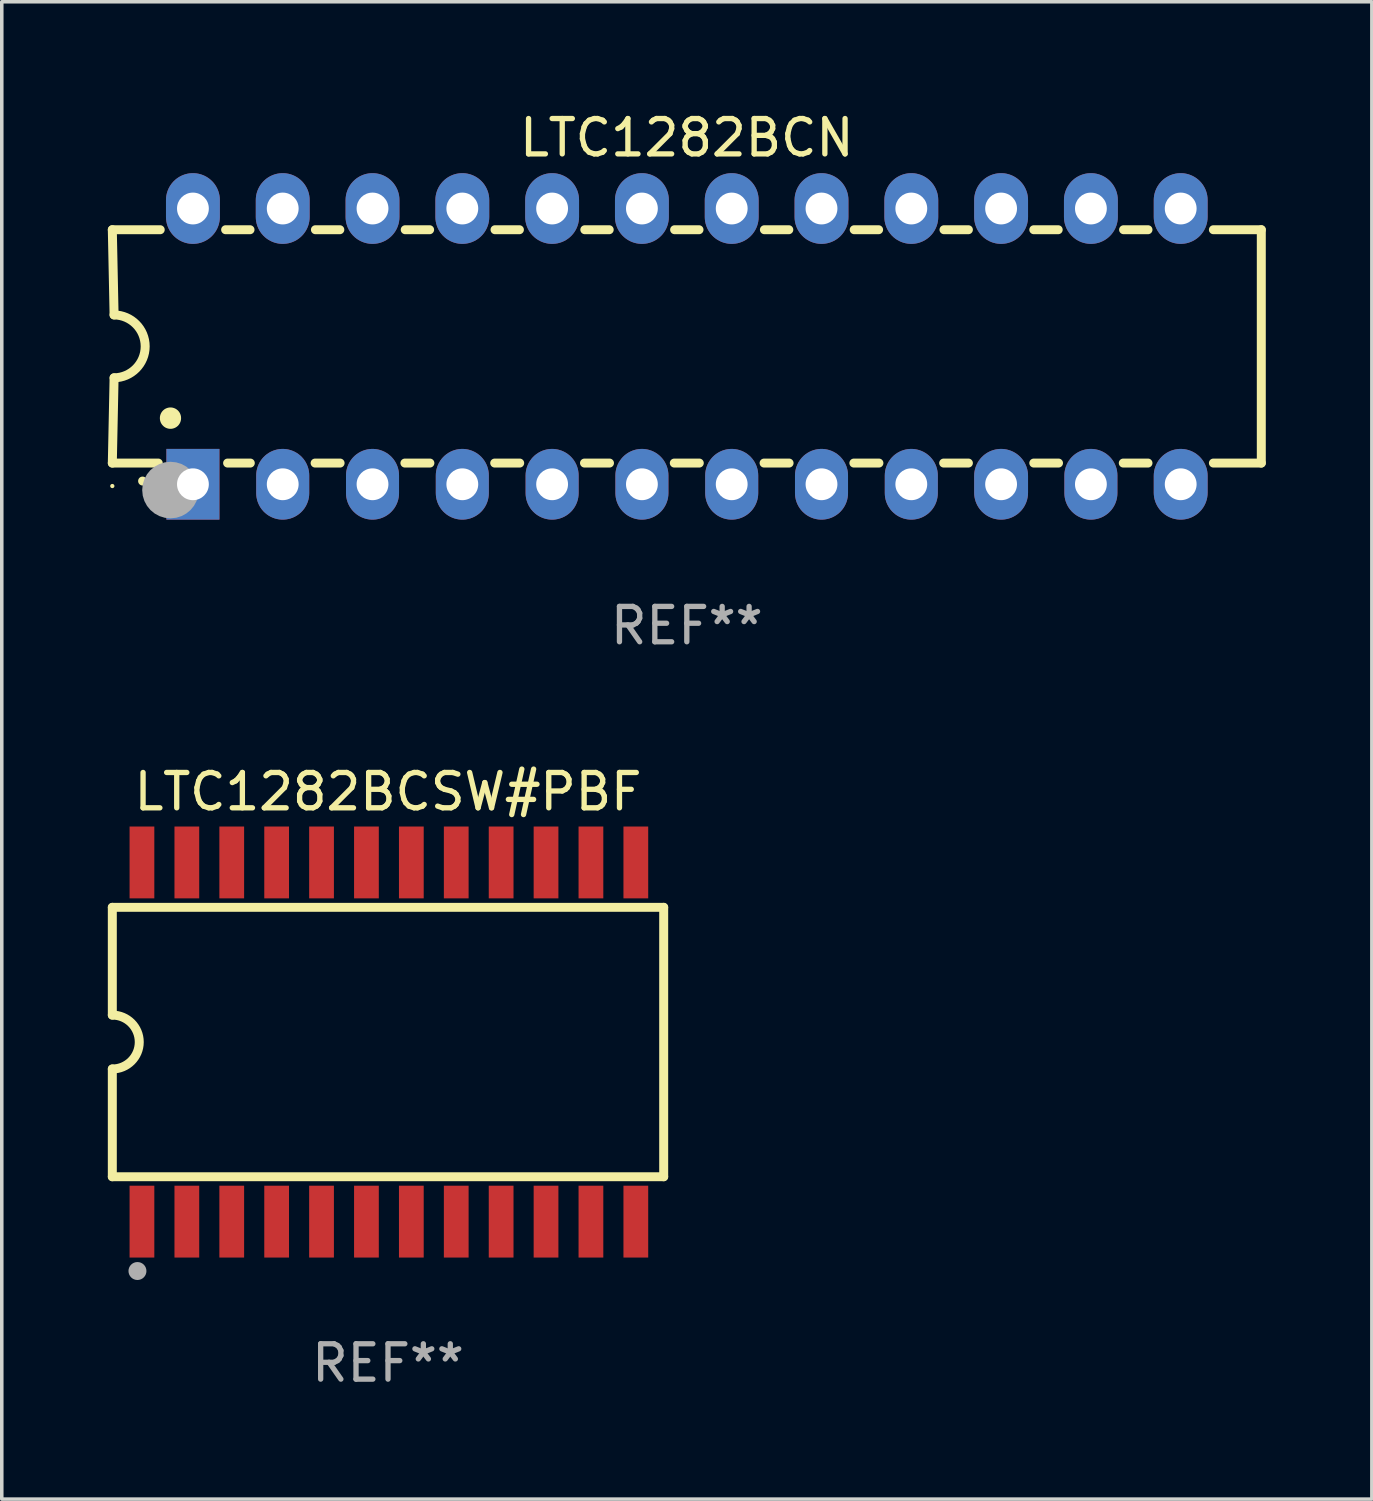
<source format=kicad_pcb>
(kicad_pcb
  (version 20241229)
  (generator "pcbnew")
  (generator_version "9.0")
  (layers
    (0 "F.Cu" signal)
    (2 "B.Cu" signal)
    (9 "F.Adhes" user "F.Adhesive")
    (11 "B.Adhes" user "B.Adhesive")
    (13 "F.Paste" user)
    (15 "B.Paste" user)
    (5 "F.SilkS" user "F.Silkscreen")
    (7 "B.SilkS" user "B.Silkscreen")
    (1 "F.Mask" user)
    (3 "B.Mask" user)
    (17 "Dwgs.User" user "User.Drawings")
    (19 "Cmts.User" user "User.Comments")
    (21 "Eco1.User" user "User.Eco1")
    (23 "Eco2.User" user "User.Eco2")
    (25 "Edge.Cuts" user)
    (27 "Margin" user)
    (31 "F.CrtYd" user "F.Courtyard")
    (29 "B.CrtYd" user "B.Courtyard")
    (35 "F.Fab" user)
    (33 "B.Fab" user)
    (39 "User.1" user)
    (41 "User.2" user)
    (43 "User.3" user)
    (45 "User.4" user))
  (footprint "LTC1282BCN"
    (layer "F.Cu")
    (at 16.377 6.748)
    (property "Reference" "LTC1282BCN" (at 0 -5.9 0) (layer "F.SilkS") (effects (font (size 1 1) (thickness 0.15))))
    (attr through_hole)
    (fp_line (start -16.25 -3.3) (end -16.2 -0.889) (stroke (width 0.254) (type solid)) (layer "F.SilkS"))
    (fp_line (start -16.25 -3.3) (end -14.895 -3.3) (stroke (width 0.254) (type solid)) (layer "F.SilkS"))
    (fp_line (start -16.25 3.3) (end -16.2 0.889) (stroke (width 0.254) (type solid)) (layer "F.SilkS"))
    (fp_line (start -16.25 3.3) (end -14.951 3.3) (stroke (width 0.254) (type solid)) (layer "F.SilkS"))
    (fp_line (start -13.045 -3.3) (end -12.355 -3.3) (stroke (width 0.254) (type solid)) (layer "F.SilkS"))
    (fp_line (start -12.989 3.3) (end -12.347 3.3) (stroke (width 0.254) (type solid)) (layer "F.SilkS"))
    (fp_line (start -10.514 3.3) (end -9.807 3.3) (stroke (width 0.254) (type solid)) (layer "F.SilkS"))
    (fp_line (start -10.505 -3.3) (end -9.815 -3.3) (stroke (width 0.254) (type solid)) (layer "F.SilkS"))
    (fp_line (start -7.974 3.3) (end -7.267 3.3) (stroke (width 0.254) (type solid)) (layer "F.SilkS"))
    (fp_line (start -7.965 -3.3) (end -7.275 -3.3) (stroke (width 0.254) (type solid)) (layer "F.SilkS"))
    (fp_line (start -5.434 3.3) (end -4.727 3.3) (stroke (width 0.254) (type solid)) (layer "F.SilkS"))
    (fp_line (start -5.425 -3.3) (end -4.735 -3.3) (stroke (width 0.254) (type solid)) (layer "F.SilkS"))
    (fp_line (start -2.894 3.3) (end -2.187 3.3) (stroke (width 0.254) (type solid)) (layer "F.SilkS"))
    (fp_line (start -2.885 -3.3) (end -2.195 -3.3) (stroke (width 0.254) (type solid)) (layer "F.SilkS"))
    (fp_line (start -0.354 3.3) (end 0.353 3.3) (stroke (width 0.254) (type solid)) (layer "F.SilkS"))
    (fp_line (start -0.345 -3.3) (end 0.345 -3.3) (stroke (width 0.254) (type solid)) (layer "F.SilkS"))
    (fp_line (start 2.186 3.3) (end 2.893 3.3) (stroke (width 0.254) (type solid)) (layer "F.SilkS"))
    (fp_line (start 2.195 -3.3) (end 2.885 -3.3) (stroke (width 0.254) (type solid)) (layer "F.SilkS"))
    (fp_line (start 4.726 3.3) (end 5.434 3.3) (stroke (width 0.254) (type solid)) (layer "F.SilkS"))
    (fp_line (start 4.735 -3.3) (end 5.425 -3.3) (stroke (width 0.254) (type solid)) (layer "F.SilkS"))
    (fp_line (start 7.266 3.3) (end 7.965 3.3) (stroke (width 0.254) (type solid)) (layer "F.SilkS"))
    (fp_line (start 7.275 -3.3) (end 7.965 -3.3) (stroke (width 0.254) (type solid)) (layer "F.SilkS"))
    (fp_line (start 9.815 -3.3) (end 10.505 -3.3) (stroke (width 0.254) (type solid)) (layer "F.SilkS"))
    (fp_line (start 9.815 3.3) (end 10.514 3.3) (stroke (width 0.254) (type solid)) (layer "F.SilkS"))
    (fp_line (start 12.346 3.3) (end 13.045 3.3) (stroke (width 0.254) (type solid)) (layer "F.SilkS"))
    (fp_line (start 12.355 -3.3) (end 13.045 -3.3) (stroke (width 0.254) (type solid)) (layer "F.SilkS"))
    (fp_line (start 16.25 -3.3) (end 14.895 -3.3) (stroke (width 0.254) (type solid)) (layer "F.SilkS"))
    (fp_line (start 16.25 -3.3) (end 16.25 3.3) (stroke (width 0.254) (type solid)) (layer "F.SilkS"))
    (fp_line (start 16.25 3.3) (end 14.895 3.3) (stroke (width 0.254) (type solid)) (layer "F.SilkS"))
    (fp_arc (start -16.201016 -0.890146) (mid -15.311429 -0.001055) (end -16.200025 0.889027) (stroke (width 0.254001) (type solid)) (layer "F.SilkS"))
    (fp_arc (start -15.394971 3.810033) (mid -15.394978 3.808763) (end -15.394971 3.807493) (stroke (width 0.25) (type solid)) (layer "F.SilkS"))
    (fp_arc (start -14.605029 2.032029) (mid -14.60504 2.029489) (end -14.605029 2.026949) (stroke (width 0.6) (type solid)) (layer "F.SilkS"))
    (fp_circle (center -16.25 3.95) (end -16.22 3.95) (stroke (width 0.06) (type solid)) (fill no) (layer "F.SilkS"))
    (fp_circle (center -14.605 4.064) (end -14.205 4.064) (stroke (width 0.8) (type solid)) (fill no) (layer "F.Fab"))
    (fp_text user "REF**" (at 0 7.9 0) (layer "F.Fab") (effects (font (size 1 1) (thickness 0.15))))
    (pad "1" thru_hole rect (at -13.97 3.9 90) (size 2 1.5) (drill 0.9) (layers "*.Cu" "*.Mask"))
    (pad "2" thru_hole oval (at -11.43 3.9 90) (size 2 1.5) (drill 0.9) (layers "*.Cu" "*.Mask"))
    (pad "3" thru_hole oval (at -8.89 3.9 90) (size 2 1.5) (drill 0.9) (layers "*.Cu" "*.Mask"))
    (pad "4" thru_hole oval (at -6.35 3.9 90) (size 2 1.5) (drill 0.9) (layers "*.Cu" "*.Mask"))
    (pad "5" thru_hole oval (at -3.81 3.9 90) (size 2 1.5) (drill 0.9) (layers "*.Cu" "*.Mask"))
    (pad "6" thru_hole oval (at -1.27 3.9 90) (size 2 1.5) (drill 0.9) (layers "*.Cu" "*.Mask"))
    (pad "7" thru_hole oval (at 1.27 3.9 90) (size 2 1.5) (drill 0.9) (layers "*.Cu" "*.Mask"))
    (pad "8" thru_hole oval (at 3.81 3.9 90) (size 2 1.5) (drill 0.9) (layers "*.Cu" "*.Mask"))
    (pad "9" thru_hole oval (at 6.35 3.9 90) (size 2 1.5) (drill 0.9) (layers "*.Cu" "*.Mask"))
    (pad "10" thru_hole oval (at 8.89 3.9 90) (size 2 1.524) (drill 0.9) (layers "*.Cu" "*.Mask"))
    (pad "11" thru_hole oval (at 11.43 3.9 90) (size 2 1.5) (drill 0.9) (layers "*.Cu" "*.Mask"))
    (pad "12" thru_hole oval (at 13.97 3.9 90) (size 2 1.524) (drill 0.9) (layers "*.Cu" "*.Mask"))
    (pad "13" thru_hole oval (at 13.97 -3.9 90) (size 2 1.524) (drill 0.9) (layers "*.Cu" "*.Mask"))
    (pad "14" thru_hole oval (at 11.43 -3.9 90) (size 2 1.524) (drill 0.9) (layers "*.Cu" "*.Mask"))
    (pad "15" thru_hole oval (at 8.89 -3.9 90) (size 2 1.524) (drill 0.9) (layers "*.Cu" "*.Mask"))
    (pad "16" thru_hole oval (at 6.35 -3.9 90) (size 2 1.524) (drill 0.9) (layers "*.Cu" "*.Mask"))
    (pad "17" thru_hole oval (at 3.81 -3.9 90) (size 2 1.524) (drill 0.9) (layers "*.Cu" "*.Mask"))
    (pad "18" thru_hole oval (at 1.27 -3.9 90) (size 2 1.524) (drill 0.9) (layers "*.Cu" "*.Mask"))
    (pad "19" thru_hole oval (at -1.27 -3.9 90) (size 2 1.524) (drill 0.9) (layers "*.Cu" "*.Mask"))
    (pad "20" thru_hole oval (at -3.81 -3.9 90) (size 2 1.524) (drill 0.9) (layers "*.Cu" "*.Mask"))
    (pad "21" thru_hole oval (at -6.35 -3.9 90) (size 2 1.524) (drill 0.9) (layers "*.Cu" "*.Mask"))
    (pad "22" thru_hole oval (at -8.89 -3.9 90) (size 2 1.524) (drill 0.9) (layers "*.Cu" "*.Mask"))
    (pad "23" thru_hole oval (at -11.43 -3.9 90) (size 2 1.524) (drill 0.9) (layers "*.Cu" "*.Mask"))
    (pad "24" thru_hole oval (at -13.97 -3.9 90) (size 2 1.524) (drill 0.9) (layers "*.Cu" "*.Mask")))
  (footprint "LTC1282BCSW#PBF"
    (layer "F.Cu")
    (at 7.925 26.425)
    (property "Reference" "LTC1282BCSW#PBF" (at 0 -7.08 0) (layer "F.SilkS") (effects (font (size 1 1) (thickness 0.15))))
    (attr through_hole)
    (fp_line (start -7.798 -3.81) (end -7.798 -0.762) (stroke (width 0.254) (type solid)) (layer "F.SilkS"))
    (fp_line (start -7.798 3.81) (end -7.798 0.762) (stroke (width 0.254) (type solid)) (layer "F.SilkS"))
    (fp_line (start 7.798 -3.81) (end -7.798 -3.81) (stroke (width 0.254) (type solid)) (layer "F.SilkS"))
    (fp_line (start 7.798 3.81) (end -7.798 3.81) (stroke (width 0.254) (type solid)) (layer "F.SilkS"))
    (fp_line (start 7.798 3.81) (end 7.798 -3.81) (stroke (width 0.254) (type solid)) (layer "F.SilkS"))
    (fp_arc (start -7.797791 -0.762002) (mid -7.03579 -0.000001) (end -7.79779 0.762002) (stroke (width 0.254001) (type solid)) (layer "F.SilkS"))
    (fp_circle (center -7.825 3.75) (end -7.795 3.75) (stroke (width 0.06) (type solid)) (fill no) (layer "F.SilkS"))
    (fp_circle (center -7.087 6.477) (end -6.96 6.477) (stroke (width 0.254) (type solid)) (fill no) (layer "F.Fab"))
    (fp_text user "REF**" (at 0 9.08 0) (layer "F.Fab") (effects (font (size 1 1) (thickness 0.15))))
    (pad "1" smd rect (at -6.96 5.08 90) (size 2.032 0.7) (layers "F.Cu" "F.Mask" "F.Paste"))
    (pad "2" smd rect (at -5.69 5.08 90) (size 2.032 0.7) (layers "F.Cu" "F.Mask" "F.Paste"))
    (pad "3" smd rect (at -4.42 5.08 90) (size 2.032 0.7) (layers "F.Cu" "F.Mask" "F.Paste"))
    (pad "4" smd rect (at -3.15 5.08 90) (size 2.032 0.7) (layers "F.Cu" "F.Mask" "F.Paste"))
    (pad "5" smd rect (at -1.88 5.08 90) (size 2.032 0.7) (layers "F.Cu" "F.Mask" "F.Paste"))
    (pad "6" smd rect (at -0.61 5.08 90) (size 2.032 0.7) (layers "F.Cu" "F.Mask" "F.Paste"))
    (pad "7" smd rect (at 0.66 5.08 90) (size 2.032 0.7) (layers "F.Cu" "F.Mask" "F.Paste"))
    (pad "8" smd rect (at 1.93 5.08 90) (size 2.032 0.7) (layers "F.Cu" "F.Mask" "F.Paste"))
    (pad "9" smd rect (at 3.2 5.08 90) (size 2.032 0.7) (layers "F.Cu" "F.Mask" "F.Paste"))
    (pad "10" smd rect (at 4.47 5.08 90) (size 2.032 0.7) (layers "F.Cu" "F.Mask" "F.Paste"))
    (pad "11" smd rect (at 5.74 5.08 90) (size 2.032 0.7) (layers "F.Cu" "F.Mask" "F.Paste"))
    (pad "12" smd rect (at 7.01 5.08 90) (size 2.032 0.7) (layers "F.Cu" "F.Mask" "F.Paste"))
    (pad "13" smd rect (at 7.01 -5.08 90) (size 2.032 0.7) (layers "F.Cu" "F.Mask" "F.Paste"))
    (pad "14" smd rect (at 5.74 -5.08 90) (size 2.032 0.7) (layers "F.Cu" "F.Mask" "F.Paste"))
    (pad "15" smd rect (at 4.47 -5.08 90) (size 2.032 0.7) (layers "F.Cu" "F.Mask" "F.Paste"))
    (pad "16" smd rect (at 3.2 -5.08 90) (size 2.032 0.7) (layers "F.Cu" "F.Mask" "F.Paste"))
    (pad "17" smd rect (at 1.93 -5.08 90) (size 2.032 0.7) (layers "F.Cu" "F.Mask" "F.Paste"))
    (pad "18" smd rect (at 0.66 -5.08 90) (size 2.032 0.7) (layers "F.Cu" "F.Mask" "F.Paste"))
    (pad "19" smd rect (at -0.61 -5.08 90) (size 2.032 0.7) (layers "F.Cu" "F.Mask" "F.Paste"))
    (pad "20" smd rect (at -1.88 -5.08 90) (size 2.032 0.7) (layers "F.Cu" "F.Mask" "F.Paste"))
    (pad "21" smd rect (at -3.15 -5.08 90) (size 2.032 0.7) (layers "F.Cu" "F.Mask" "F.Paste"))
    (pad "22" smd rect (at -4.42 -5.08 90) (size 2.032 0.7) (layers "F.Cu" "F.Mask" "F.Paste"))
    (pad "23" smd rect (at -5.69 -5.08 90) (size 2.032 0.7) (layers "F.Cu" "F.Mask" "F.Paste"))
    (pad "24" smd rect (at -6.96 -5.08 90) (size 2.032 0.7) (layers "F.Cu" "F.Mask" "F.Paste")))
  (gr_rect
    (start -3 -3)
    (end 35.754 39.353)
    (stroke (width 0.1) (type default))
    (fill no)
    (layer "Edge.Cuts")))
</source>
